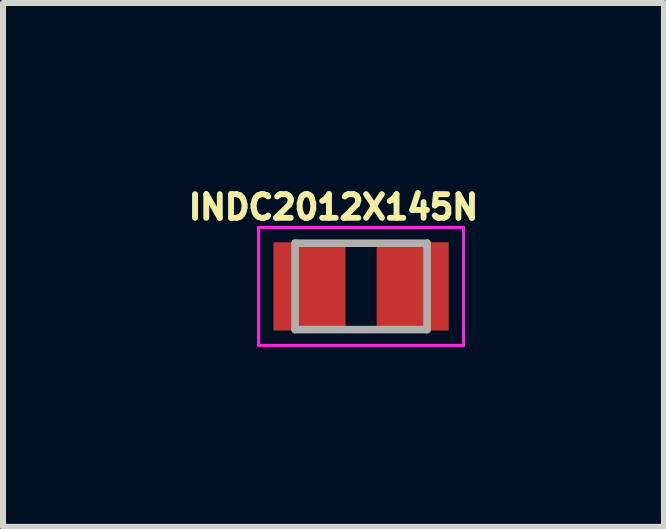
<source format=kicad_pcb>
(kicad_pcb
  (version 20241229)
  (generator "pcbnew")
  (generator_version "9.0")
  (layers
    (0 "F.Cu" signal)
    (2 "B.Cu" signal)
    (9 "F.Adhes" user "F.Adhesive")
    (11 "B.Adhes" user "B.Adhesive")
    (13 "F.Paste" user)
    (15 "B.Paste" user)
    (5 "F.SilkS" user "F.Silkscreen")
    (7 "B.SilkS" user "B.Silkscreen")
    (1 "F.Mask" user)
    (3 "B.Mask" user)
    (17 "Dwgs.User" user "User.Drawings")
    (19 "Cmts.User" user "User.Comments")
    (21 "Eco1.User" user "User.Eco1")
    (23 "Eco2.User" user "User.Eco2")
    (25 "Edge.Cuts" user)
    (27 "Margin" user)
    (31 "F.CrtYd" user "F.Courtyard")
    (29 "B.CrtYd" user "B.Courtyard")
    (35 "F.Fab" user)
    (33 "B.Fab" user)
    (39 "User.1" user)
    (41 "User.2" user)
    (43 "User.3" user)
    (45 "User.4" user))
  (footprint "INDC2012X145N"
    (layer "F.Cu")
    (at 2.968 1.723)
    (property "Reference" "INDC2012X145N" (at -0.46 -1.32 0) (layer "F.SilkS") (effects (font (size 0.394 0.394) (thickness 0.15))))
    (attr smd)
    (fp_line (start -1.708 -0.983) (end 1.708 -0.983) (stroke (width 0.05) (type solid)) (layer "F.CrtYd"))
    (fp_line (start -1.708 0.983) (end -1.708 -0.983) (stroke (width 0.05) (type solid)) (layer "F.CrtYd"))
    (fp_line (start -1.708 0.983) (end 1.708 0.983) (stroke (width 0.05) (type solid)) (layer "F.CrtYd"))
    (fp_line (start 1.708 0.983) (end 1.708 -0.983) (stroke (width 0.05) (type solid)) (layer "F.CrtYd"))
    (fp_line (start -1.1 0.72) (end -1.1 -0.72) (stroke (width 0.127) (type solid)) (layer "F.Fab"))
    (fp_line (start 1.1 -0.72) (end -1.1 -0.72) (stroke (width 0.127) (type solid)) (layer "F.Fab"))
    (fp_line (start 1.1 0.72) (end -1.1 0.72) (stroke (width 0.127) (type solid)) (layer "F.Fab"))
    (fp_line (start 1.1 0.72) (end 1.1 -0.72) (stroke (width 0.127) (type solid)) (layer "F.Fab"))
    (pad "1" smd rect (at -0.86 0) (size 1.2 1.47) (layers "F.Cu" "F.Mask" "F.Paste"))
    (pad "2" smd rect (at 0.86 0) (size 1.2 1.47) (layers "F.Cu" "F.Mask" "F.Paste")))
  (gr_rect
    (start -3 -3)
    (end 8.016 5.731)
    (stroke (width 0.1) (type default))
    (fill no)
    (layer "Edge.Cuts")))
</source>
